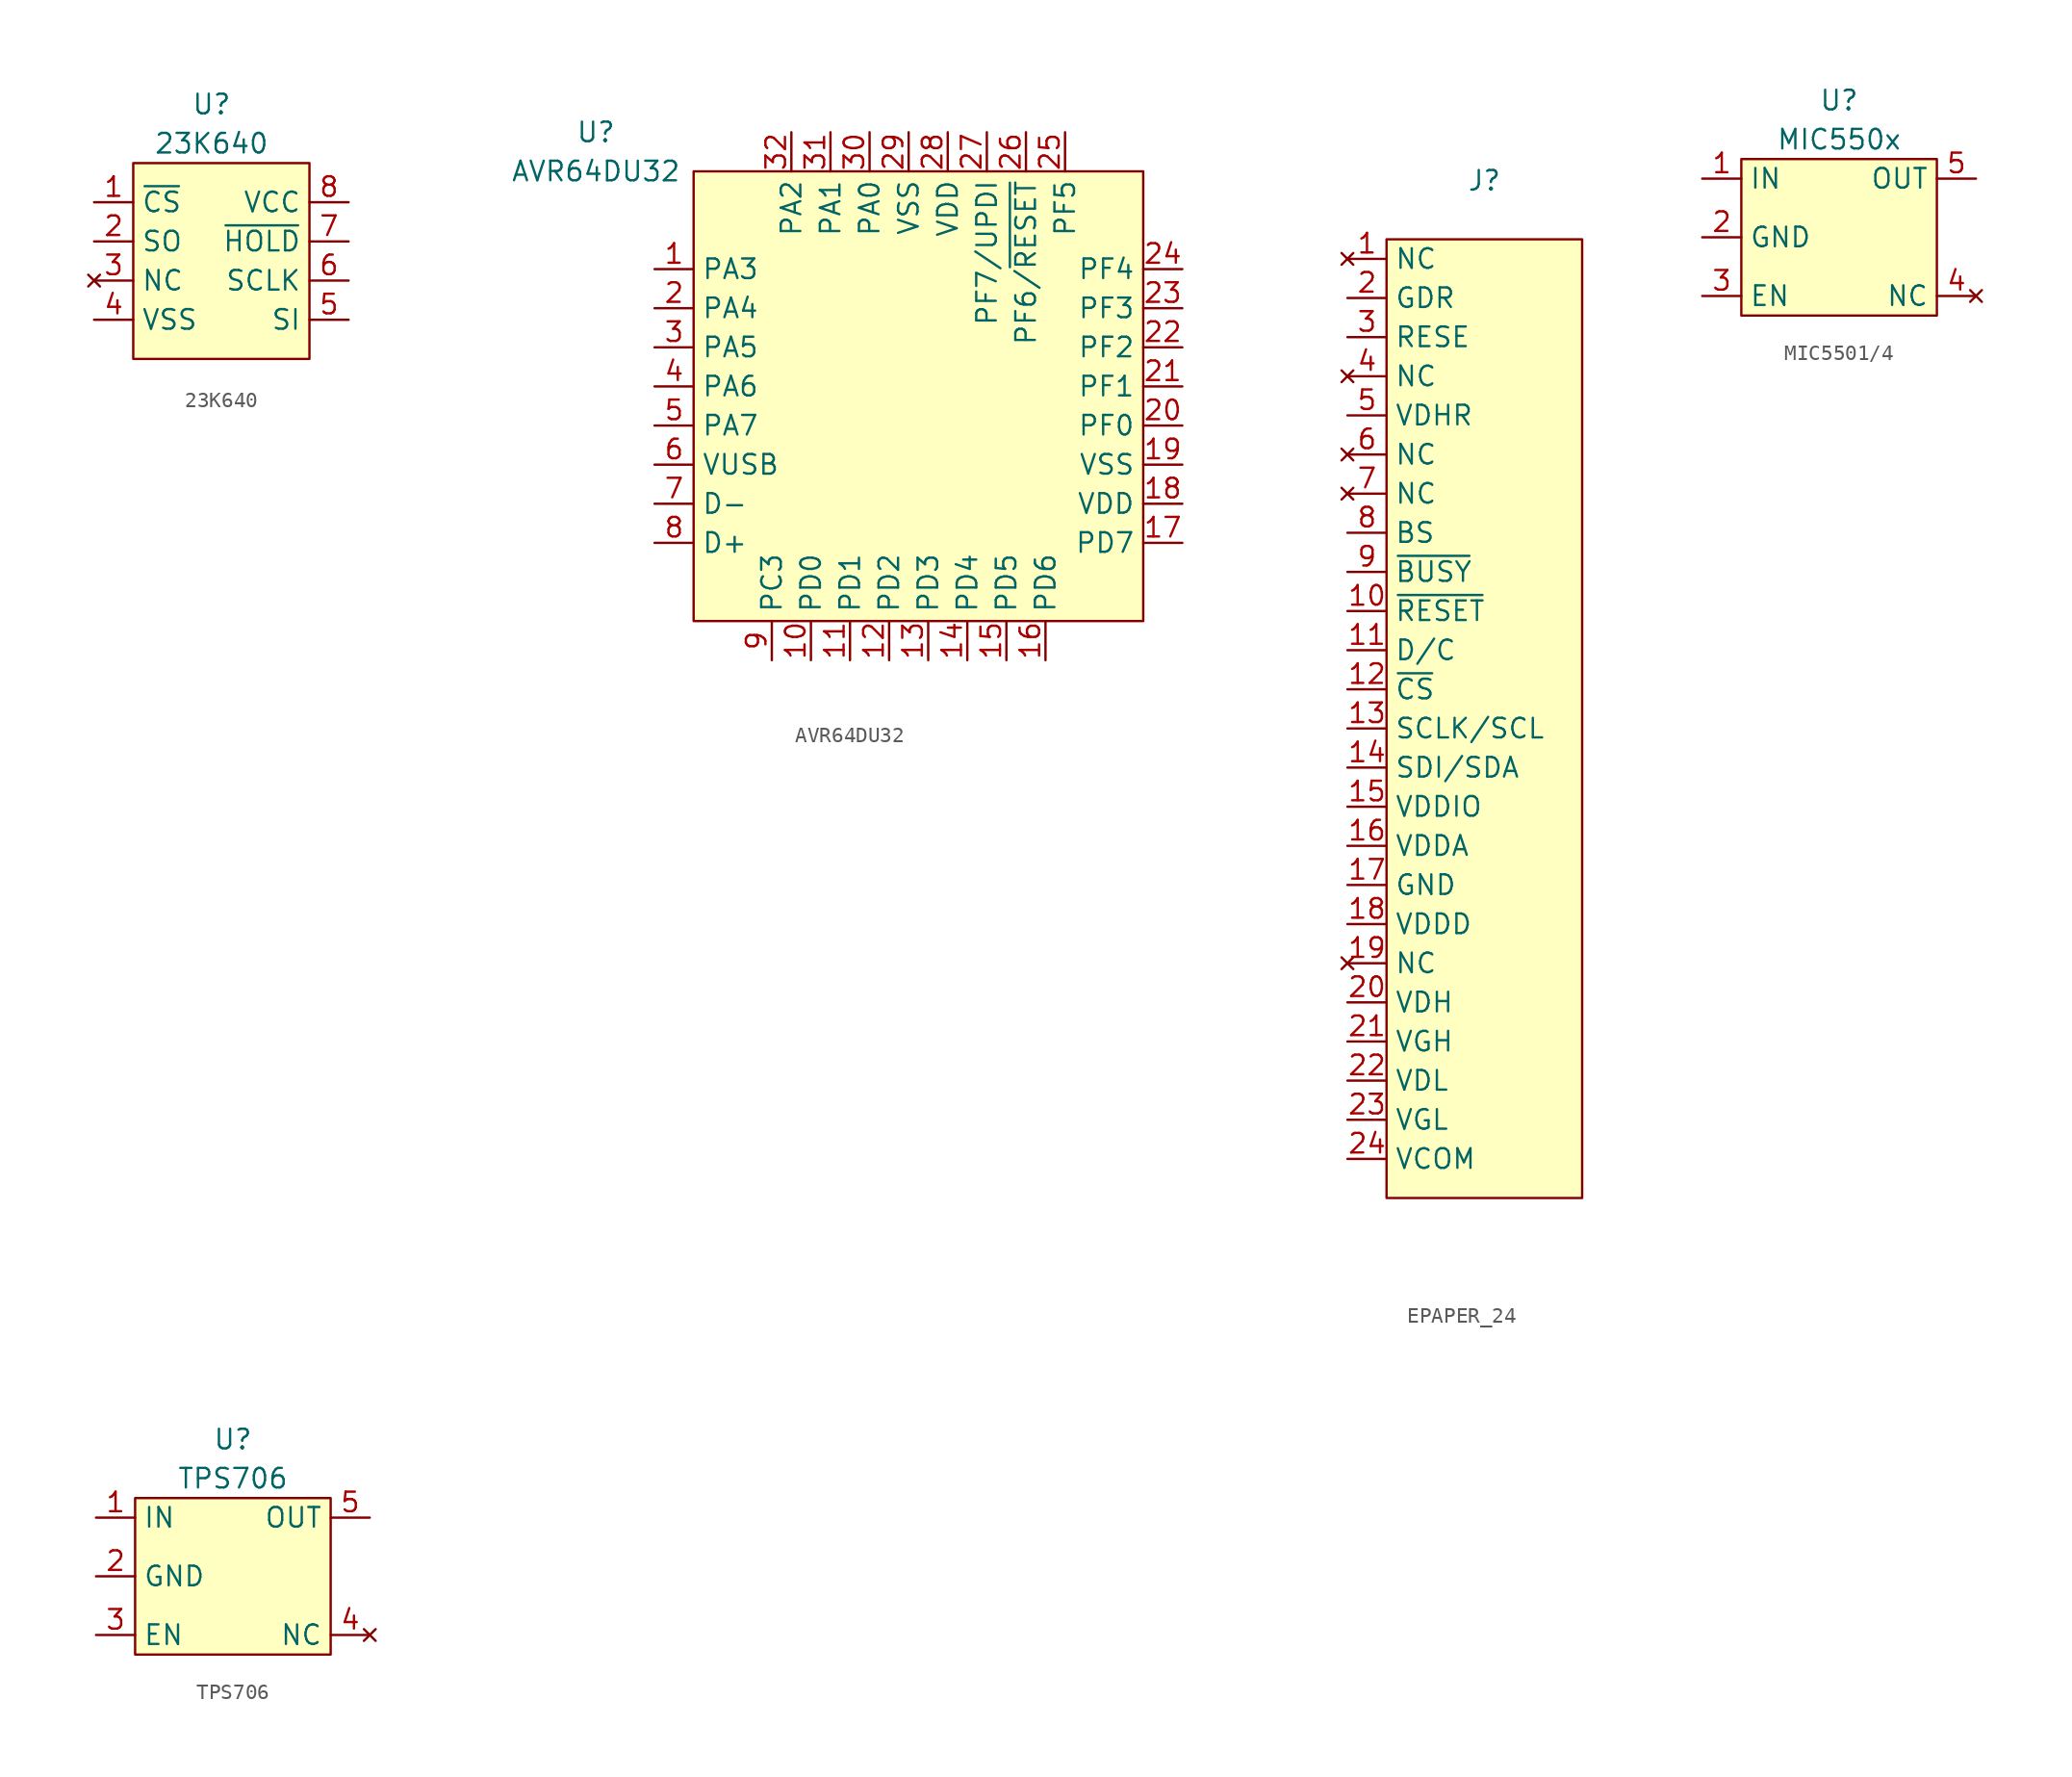
<source format=kicad_sym>
(kicad_symbol_lib
  (version 20231120)
  (generator "kicad_symbol_editor")
  (generator_version "8.0")
  (symbol "23K640"
    (property "Reference" "U"
      (at 0 10.16 0)
      (effects (font (size 1.27 1.27))))
    (property "Value" "23K640"
      (at 0 7.62 0)
      (effects (font (size 1.27 1.27))))
    (symbol "23K640_1_1"
      (rectangle (start -5.08 6.35) (end 6.35 -6.35) (stroke (width 0) (type default)) (fill (type background)))
      (pin input line (at -7.62 3.81 0) (length 2.54) (name "~{CS}" (effects (font (size 1.27 1.27)))) (number "1" (effects (font (size 1.27 1.27)))))
      (pin output line (at -7.62 1.27 0) (length 2.54) (name "SO" (effects (font (size 1.27 1.27)))) (number "2" (effects (font (size 1.27 1.27)))))
      (pin no_connect line (at -7.62 -1.27 0) (length 2.54) (name "NC" (effects (font (size 1.27 1.27)))) (number "3" (effects (font (size 1.27 1.27)))))
      (pin passive line (at -7.62 -3.81 0) (length 2.54) (name "VSS" (effects (font (size 1.27 1.27)))) (number "4" (effects (font (size 1.27 1.27)))))
      (pin input line (at 8.89 -3.81 180) (length 2.54) (name "SI" (effects (font (size 1.27 1.27)))) (number "5" (effects (font (size 1.27 1.27)))))
      (pin input line (at 8.89 -1.27 180) (length 2.54) (name "SCLK" (effects (font (size 1.27 1.27)))) (number "6" (effects (font (size 1.27 1.27)))))
      (pin input line (at 8.89 1.27 180) (length 2.54) (name "~{HOLD}" (effects (font (size 1.27 1.27)))) (number "7" (effects (font (size 1.27 1.27)))))
      (pin power_in line (at 8.89 3.81 180) (length 2.54) (name "VCC" (effects (font (size 1.27 1.27)))) (number "8" (effects (font (size 1.27 1.27)))))))
  (symbol "AVR64DU32"
    (property "Reference" "U"
      (at -21.59 17.78 0)
      (effects (font (size 1.27 1.27))))
    (property "Value" "AVR64DU32"
      (at -21.59 15.24 0)
      (effects (font (size 1.27 1.27))))
    (symbol "AVR64DU32_1_1"
      (rectangle (start -15.24 15.24) (end 13.97 -13.97) (stroke (width 0) (type default)) (fill (type background)))
      (pin bidirectional line (at -17.78 8.89 0) (length 2.54) (name "PA3" (effects (font (size 1.27 1.27)))) (number "1" (effects (font (size 1.27 1.27)))))
      (pin bidirectional line (at -7.62 -16.51 90) (length 2.54) (name "PD0" (effects (font (size 1.27 1.27)))) (number "10" (effects (font (size 1.27 1.27)))))
      (pin bidirectional line (at -5.08 -16.51 90) (length 2.54) (name "PD1" (effects (font (size 1.27 1.27)))) (number "11" (effects (font (size 1.27 1.27)))))
      (pin bidirectional line (at -2.54 -16.51 90) (length 2.54) (name "PD2" (effects (font (size 1.27 1.27)))) (number "12" (effects (font (size 1.27 1.27)))))
      (pin bidirectional line (at 0 -16.51 90) (length 2.54) (name "PD3" (effects (font (size 1.27 1.27)))) (number "13" (effects (font (size 1.27 1.27)))))
      (pin bidirectional line (at 2.54 -16.51 90) (length 2.54) (name "PD4" (effects (font (size 1.27 1.27)))) (number "14" (effects (font (size 1.27 1.27)))))
      (pin bidirectional line (at 5.08 -16.51 90) (length 2.54) (name "PD5" (effects (font (size 1.27 1.27)))) (number "15" (effects (font (size 1.27 1.27)))))
      (pin bidirectional line (at 7.62 -16.51 90) (length 2.54) (name "PD6" (effects (font (size 1.27 1.27)))) (number "16" (effects (font (size 1.27 1.27)))))
      (pin bidirectional line (at 16.51 -8.89 180) (length 2.54) (name "PD7" (effects (font (size 1.27 1.27)))) (number "17" (effects (font (size 1.27 1.27)))))
      (pin power_in line (at 16.51 -6.35 180) (length 2.54) (name "VDD" (effects (font (size 1.27 1.27)))) (number "18" (effects (font (size 1.27 1.27)))))
      (pin power_out line (at 16.51 -3.81 180) (length 2.54) (name "VSS" (effects (font (size 1.27 1.27)))) (number "19" (effects (font (size 1.27 1.27)))))
      (pin bidirectional line (at -17.78 6.35 0) (length 2.54) (name "PA4" (effects (font (size 1.27 1.27)))) (number "2" (effects (font (size 1.27 1.27)))))
      (pin bidirectional line (at 16.51 -1.27 180) (length 2.54) (name "PF0" (effects (font (size 1.27 1.27)))) (number "20" (effects (font (size 1.27 1.27)))))
      (pin bidirectional line (at 16.51 1.27 180) (length 2.54) (name "PF1" (effects (font (size 1.27 1.27)))) (number "21" (effects (font (size 1.27 1.27)))))
      (pin bidirectional line (at 16.51 3.81 180) (length 2.54) (name "PF2" (effects (font (size 1.27 1.27)))) (number "22" (effects (font (size 1.27 1.27)))))
      (pin bidirectional line (at 16.51 6.35 180) (length 2.54) (name "PF3" (effects (font (size 1.27 1.27)))) (number "23" (effects (font (size 1.27 1.27)))))
      (pin bidirectional line (at 16.51 8.89 180) (length 2.54) (name "PF4" (effects (font (size 1.27 1.27)))) (number "24" (effects (font (size 1.27 1.27)))))
      (pin bidirectional line (at 8.89 17.78 270) (length 2.54) (name "PF5" (effects (font (size 1.27 1.27)))) (number "25" (effects (font (size 1.27 1.27)))))
      (pin bidirectional line (at 6.35 17.78 270) (length 2.54) (name "PF6/~{RESET}" (effects (font (size 1.27 1.27)))) (number "26" (effects (font (size 1.27 1.27)))))
      (pin bidirectional line (at 3.81 17.78 270) (length 2.54) (name "PF7/UPDI" (effects (font (size 1.27 1.27)))) (number "27" (effects (font (size 1.27 1.27)))))
      (pin power_in line (at 1.27 17.78 270) (length 2.54) (name "VDD" (effects (font (size 1.27 1.27)))) (number "28" (effects (font (size 1.27 1.27)))))
      (pin power_in line (at -1.27 17.78 270) (length 2.54) (name "VSS" (effects (font (size 1.27 1.27)))) (number "29" (effects (font (size 1.27 1.27)))))
      (pin bidirectional line (at -17.78 3.81 0) (length 2.54) (name "PA5" (effects (font (size 1.27 1.27)))) (number "3" (effects (font (size 1.27 1.27)))))
      (pin bidirectional line (at -3.81 17.78 270) (length 2.54) (name "PA0" (effects (font (size 1.27 1.27)))) (number "30" (effects (font (size 1.27 1.27)))))
      (pin bidirectional line (at -6.35 17.78 270) (length 2.54) (name "PA1" (effects (font (size 1.27 1.27)))) (number "31" (effects (font (size 1.27 1.27)))))
      (pin bidirectional line (at -8.89 17.78 270) (length 2.54) (name "PA2" (effects (font (size 1.27 1.27)))) (number "32" (effects (font (size 1.27 1.27)))))
      (pin bidirectional line (at -17.78 1.27 0) (length 2.54) (name "PA6" (effects (font (size 1.27 1.27)))) (number "4" (effects (font (size 1.27 1.27)))))
      (pin bidirectional line (at -17.78 -1.27 0) (length 2.54) (name "PA7" (effects (font (size 1.27 1.27)))) (number "5" (effects (font (size 1.27 1.27)))))
      (pin power_in line (at -17.78 -3.81 0) (length 2.54) (name "VUSB" (effects (font (size 1.27 1.27)))) (number "6" (effects (font (size 1.27 1.27)))))
      (pin bidirectional line (at -17.78 -6.35 0) (length 2.54) (name "D-" (effects (font (size 1.27 1.27)))) (number "7" (effects (font (size 1.27 1.27)))))
      (pin bidirectional line (at -17.78 -8.89 0) (length 2.54) (name "D+" (effects (font (size 1.27 1.27)))) (number "8" (effects (font (size 1.27 1.27)))))
      (pin bidirectional line (at -10.16 -16.51 90) (length 2.54) (name "PC3" (effects (font (size 1.27 1.27)))) (number "9" (effects (font (size 1.27 1.27)))))))
  (symbol "EPAPER_24"
    (property "Reference" "J"
      (at 0 34.29 0)
      (effects (font (size 1.27 1.27))))
    (property "Value" ""
      (at -6.35 0 0)
      (effects (font (size 1.27 1.27))))
    (symbol "EPAPER_24_1_1"
      (rectangle (start -6.35 30.48) (end 6.35 -31.75) (stroke (width 0) (type default)) (fill (type background)))
      (pin no_connect line (at -8.89 29.21 0) (length 2.54) (name "NC" (effects (font (size 1.27 1.27)))) (number "1" (effects (font (size 1.27 1.27)))))
      (pin input line (at -8.89 6.35 0) (length 2.54) (name "~{RESET}" (effects (font (size 1.27 1.27)))) (number "10" (effects (font (size 1.27 1.27)))))
      (pin input line (at -8.89 3.81 0) (length 2.54) (name "D/C" (effects (font (size 1.27 1.27)))) (number "11" (effects (font (size 1.27 1.27)))))
      (pin input line (at -8.89 1.27 0) (length 2.54) (name "~{CS}" (effects (font (size 1.27 1.27)))) (number "12" (effects (font (size 1.27 1.27)))))
      (pin input line (at -8.89 -1.27 0) (length 2.54) (name "SCLK/SCL" (effects (font (size 1.27 1.27)))) (number "13" (effects (font (size 1.27 1.27)))))
      (pin bidirectional line (at -8.89 -3.81 0) (length 2.54) (name "SDI/SDA" (effects (font (size 1.27 1.27)))) (number "14" (effects (font (size 1.27 1.27)))))
      (pin power_in line (at -8.89 -6.35 0) (length 2.54) (name "VDDIO" (effects (font (size 1.27 1.27)))) (number "15" (effects (font (size 1.27 1.27)))))
      (pin power_in line (at -8.89 -8.89 0) (length 2.54) (name "VDDA" (effects (font (size 1.27 1.27)))) (number "16" (effects (font (size 1.27 1.27)))))
      (pin passive line (at -8.89 -11.43 0) (length 2.54) (name "GND" (effects (font (size 1.27 1.27)))) (number "17" (effects (font (size 1.27 1.27)))))
      (pin passive line (at -8.89 -13.97 0) (length 2.54) (name "VDDD" (effects (font (size 1.27 1.27)))) (number "18" (effects (font (size 1.27 1.27)))))
      (pin no_connect line (at -8.89 -16.51 0) (length 2.54) (name "NC" (effects (font (size 1.27 1.27)))) (number "19" (effects (font (size 1.27 1.27)))))
      (pin output line (at -8.89 26.67 0) (length 2.54) (name "GDR" (effects (font (size 1.27 1.27)))) (number "2" (effects (font (size 1.27 1.27)))))
      (pin passive line (at -8.89 -19.05 0) (length 2.54) (name "VDH" (effects (font (size 1.27 1.27)))) (number "20" (effects (font (size 1.27 1.27)))))
      (pin passive line (at -8.89 -21.59 0) (length 2.54) (name "VGH" (effects (font (size 1.27 1.27)))) (number "21" (effects (font (size 1.27 1.27)))))
      (pin passive line (at -8.89 -24.13 0) (length 2.54) (name "VDL" (effects (font (size 1.27 1.27)))) (number "22" (effects (font (size 1.27 1.27)))))
      (pin passive line (at -8.89 -26.67 0) (length 2.54) (name "VGL" (effects (font (size 1.27 1.27)))) (number "23" (effects (font (size 1.27 1.27)))))
      (pin passive line (at -8.89 -29.21 0) (length 2.54) (name "VCOM" (effects (font (size 1.27 1.27)))) (number "24" (effects (font (size 1.27 1.27)))))
      (pin input line (at -8.89 24.13 0) (length 2.54) (name "RESE" (effects (font (size 1.27 1.27)))) (number "3" (effects (font (size 1.27 1.27)))))
      (pin no_connect line (at -8.89 21.59 0) (length 2.54) (name "NC" (effects (font (size 1.27 1.27)))) (number "4" (effects (font (size 1.27 1.27)))))
      (pin passive line (at -8.89 19.05 0) (length 2.54) (name "VDHR" (effects (font (size 1.27 1.27)))) (number "5" (effects (font (size 1.27 1.27)))))
      (pin no_connect line (at -8.89 16.51 0) (length 2.54) (name "NC" (effects (font (size 1.27 1.27)))) (number "6" (effects (font (size 1.27 1.27)))))
      (pin no_connect line (at -8.89 13.97 0) (length 2.54) (name "NC" (effects (font (size 1.27 1.27)))) (number "7" (effects (font (size 1.27 1.27)))))
      (pin power_in line (at -8.89 11.43 0) (length 2.54) (name "BS" (effects (font (size 1.27 1.27)))) (number "8" (effects (font (size 1.27 1.27)))))
      (pin output line (at -8.89 8.89 0) (length 2.54) (name "~{BUSY}" (effects (font (size 1.27 1.27)))) (number "9" (effects (font (size 1.27 1.27)))))))
  (symbol "MIC5501/4"
    (property "Reference" "U"
      (at 0 8.89 0)
      (effects (font (size 1.27 1.27))))
    (property "Value" "MIC550x"
      (at 0 6.35 0)
      (effects (font (size 1.27 1.27))))
    (symbol "MIC5501/4_1_1"
      (rectangle (start -6.35 5.08) (end 6.35 -5.08) (stroke (width 0) (type default)) (fill (type background)))
      (pin power_in line (at -8.89 3.81 0) (length 2.54) (name "IN" (effects (font (size 1.27 1.27)))) (number "1" (effects (font (size 1.27 1.27)))))
      (pin power_in line (at -8.89 0 0) (length 2.54) (name "GND" (effects (font (size 1.27 1.27)))) (number "2" (effects (font (size 1.27 1.27)))))
      (pin input line (at -8.89 -3.81 0) (length 2.54) (name "EN" (effects (font (size 1.27 1.27)))) (number "3" (effects (font (size 1.27 1.27)))))
      (pin no_connect line (at 8.89 -3.81 180) (length 2.54) (name "NC" (effects (font (size 1.27 1.27)))) (number "4" (effects (font (size 1.27 1.27)))))
      (pin power_in line (at 8.89 3.81 180) (length 2.54) (name "OUT" (effects (font (size 1.27 1.27)))) (number "5" (effects (font (size 1.27 1.27)))))))
  (symbol "TPS706"
    (property "Reference" "U"
      (at 0 8.89 0)
      (effects (font (size 1.27 1.27))))
    (property "Value" "TPS706"
      (at 0 6.35 0)
      (effects (font (size 1.27 1.27))))
    (symbol "TPS706_1_1"
      (rectangle (start -6.35 5.08) (end 6.35 -5.08) (stroke (width 0) (type default)) (fill (type background)))
      (pin power_in line (at -8.89 3.81 0) (length 2.54) (name "IN" (effects (font (size 1.27 1.27)))) (number "1" (effects (font (size 1.27 1.27)))))
      (pin power_in line (at -8.89 0 0) (length 2.54) (name "GND" (effects (font (size 1.27 1.27)))) (number "2" (effects (font (size 1.27 1.27)))))
      (pin input line (at -8.89 -3.81 0) (length 2.54) (name "EN" (effects (font (size 1.27 1.27)))) (number "3" (effects (font (size 1.27 1.27)))))
      (pin no_connect line (at 8.89 -3.81 180) (length 2.54) (name "NC" (effects (font (size 1.27 1.27)))) (number "4" (effects (font (size 1.27 1.27)))))
      (pin power_in line (at 8.89 3.81 180) (length 2.54) (name "OUT" (effects (font (size 1.27 1.27)))) (number "5" (effects (font (size 1.27 1.27))))))))
</source>
